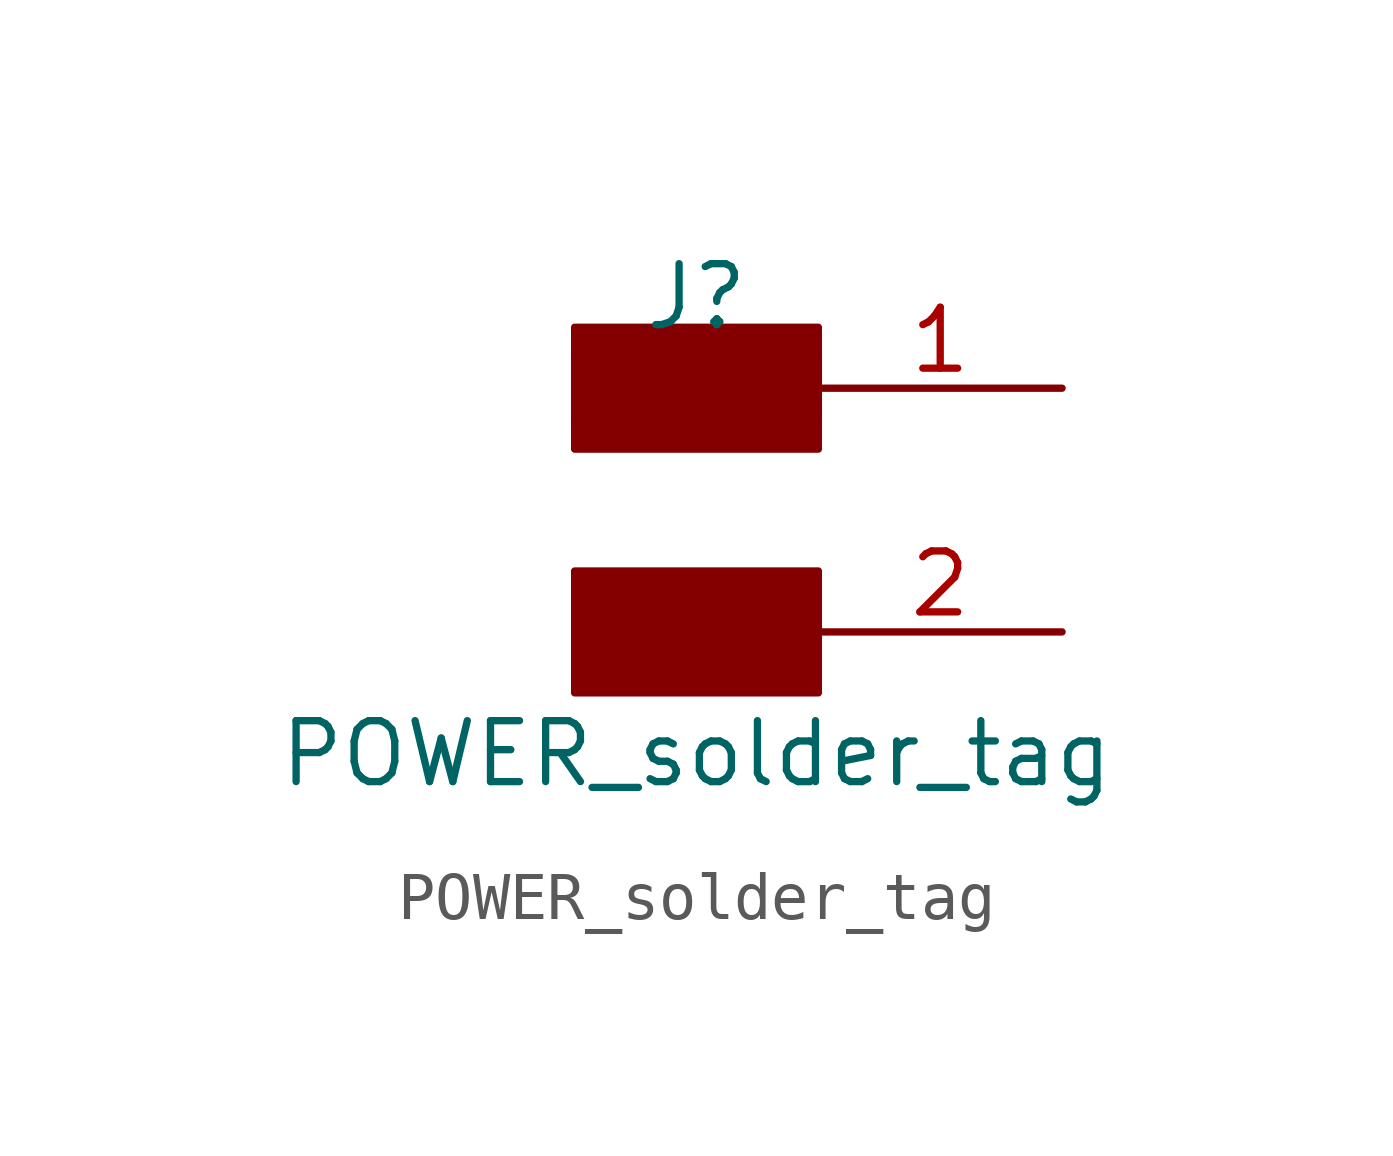
<source format=kicad_sym>
(kicad_symbol_lib
  (version 20211014)
  (generator kicad_symbol_editor)
  (symbol "POWER_solder_tag"
    (pin_names
      (offset 1.016) hide)
    (property "Reference" "J"
      (at 0 4.445 0)
      (effects (font (size 1.27 1.27))))
    (property "Value" "POWER_solder_tag"
      (at 0 -5.08 0)
      (effects (font (size 1.27 1.27))))
    (symbol "POWER_solder_tag_0_1"
      (rectangle (start -2.54 3.175) (end -2.54 3.175) (stroke (width 0) (type default) (color 0 0 0 0)) (fill (type none)))
      (rectangle (start -2.54 3.81) (end 2.54 1.27) (stroke (width 0) (type default) (color 0 0 0 0)) (fill (type outline)))
      (rectangle (start 2.54 -1.27) (end -2.54 -3.81) (stroke (width 0) (type default) (color 0 0 0 0)) (fill (type outline)))
      (rectangle (start 2.54 3.175) (end -2.54 1.905) (stroke (width 0) (type default) (color 0 0 0 0)) (fill (type outline))))
    (symbol "POWER_solder_tag_1_1"
      (pin passive line (at 7.62 2.54 180) (length 5.08) (name "1" (effects (font (size 1.27 1.27)))) (number "1" (effects (font (size 1.27 1.27)))))
      (pin passive line (at 7.62 -2.54 180) (length 5.08) (name "2" (effects (font (size 1.27 1.27)))) (number "2" (effects (font (size 1.27 1.27))))))))
</source>
